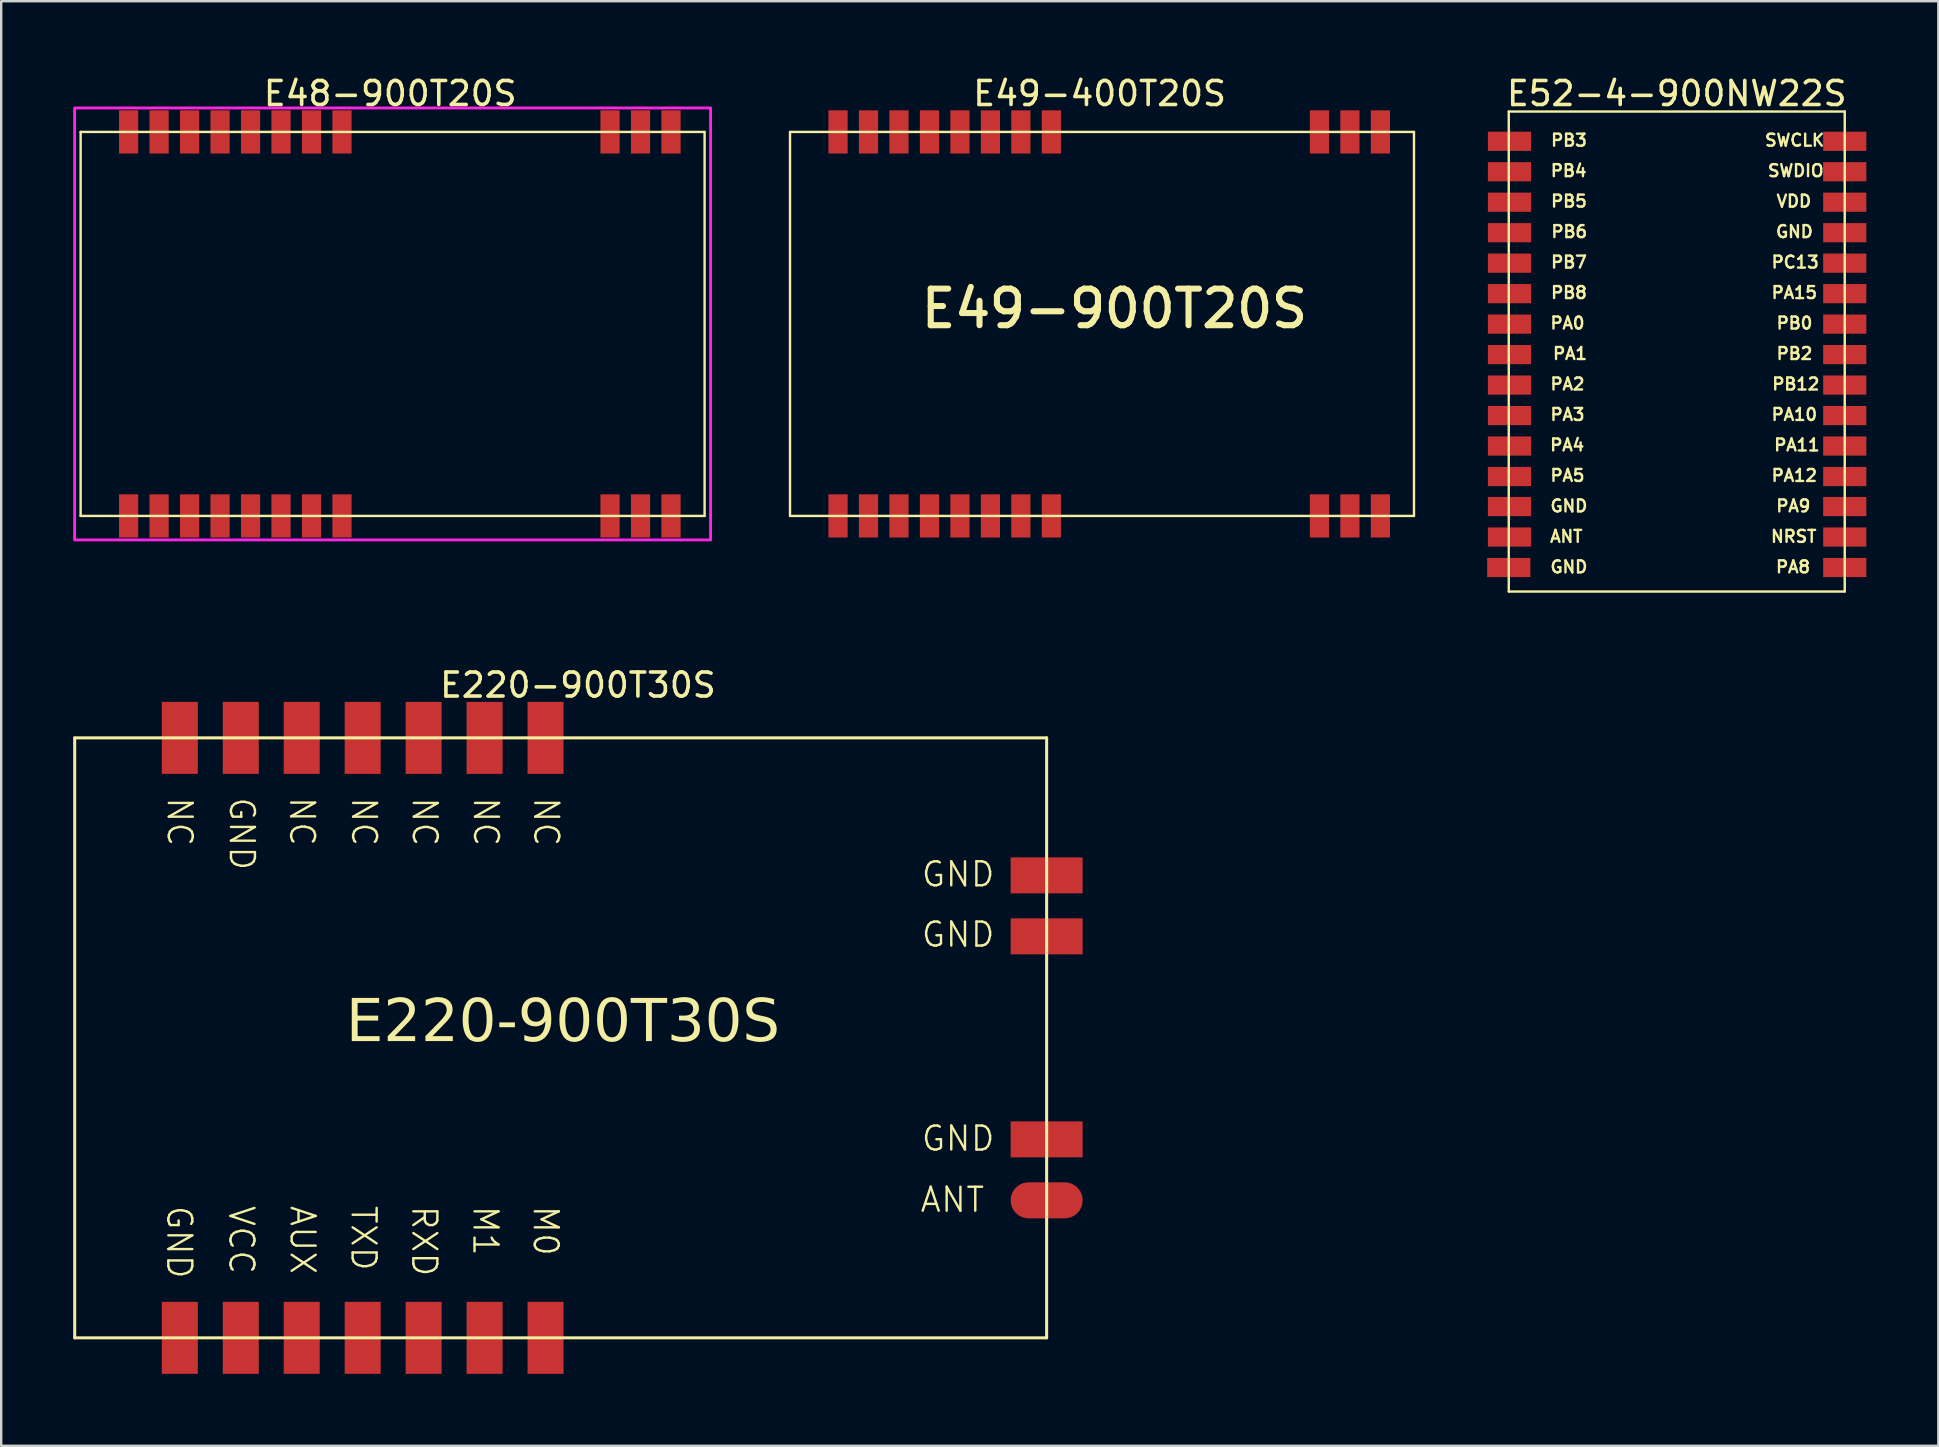
<source format=kicad_pcb>
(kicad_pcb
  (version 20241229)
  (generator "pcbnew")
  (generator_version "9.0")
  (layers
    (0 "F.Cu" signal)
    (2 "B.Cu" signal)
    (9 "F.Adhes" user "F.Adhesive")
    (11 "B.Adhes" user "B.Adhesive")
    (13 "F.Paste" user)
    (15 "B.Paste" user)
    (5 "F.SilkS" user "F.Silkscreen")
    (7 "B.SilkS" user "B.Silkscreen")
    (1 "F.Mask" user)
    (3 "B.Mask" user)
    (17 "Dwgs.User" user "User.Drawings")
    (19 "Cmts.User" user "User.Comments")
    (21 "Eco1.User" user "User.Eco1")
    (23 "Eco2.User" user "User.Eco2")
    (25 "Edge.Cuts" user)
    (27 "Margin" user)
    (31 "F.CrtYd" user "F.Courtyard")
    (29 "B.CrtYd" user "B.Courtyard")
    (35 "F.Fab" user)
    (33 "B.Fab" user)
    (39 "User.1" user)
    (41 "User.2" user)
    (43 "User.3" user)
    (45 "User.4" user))
  (footprint "E49-400T20S"
    (layer "F.Cu")
    (at 29.87 18.448)
    (property "Reference" "E49-400T20S" (at 12.9 -17.6 0) (layer "F.SilkS") (effects (font (size 1 1) (thickness 0.15))))
    (fp_line (start 0 -16) (end 26 -16) (stroke (width 0.1) (type solid)) (layer "F.SilkS"))
    (fp_line (start 0 0) (end 0 -16) (stroke (width 0.1) (type solid)) (layer "F.SilkS"))
    (fp_line (start 0 0) (end 26 0) (stroke (width 0.1) (type solid)) (layer "F.SilkS"))
    (fp_line (start 26 0) (end 26 -16) (stroke (width 0.1) (type solid)) (layer "F.SilkS"))
    (fp_text user "E49-900T20S" (at 5.334 -7.747 0) (unlocked yes) (layer "F.SilkS") (effects (font (size 1.524 1.524) (thickness 0.254)) (justify left bottom)))
    (pad "1" smd rect (at 24.6 -16 180) (size 0.8 1.8) (layers "F.Cu" "F.Mask" "F.Paste"))
    (pad "2" smd rect (at 23.33 -16 180) (size 0.8 1.8) (layers "F.Cu" "F.Mask" "F.Paste"))
    (pad "3" smd rect (at 22.06 -16 180) (size 0.8 1.8) (layers "F.Cu" "F.Mask" "F.Paste"))
    (pad "4" smd rect (at 10.89 -16 180) (size 0.8 1.8) (layers "F.Cu" "F.Mask" "F.Paste"))
    (pad "5" smd rect (at 9.62 -16 180) (size 0.8 1.8) (layers "F.Cu" "F.Mask" "F.Paste"))
    (pad "6" smd rect (at 8.35 -16 180) (size 0.8 1.8) (layers "F.Cu" "F.Mask" "F.Paste"))
    (pad "7" smd rect (at 7.08 -16 180) (size 0.8 1.8) (layers "F.Cu" "F.Mask" "F.Paste"))
    (pad "8" smd rect (at 5.81 -16 180) (size 0.8 1.8) (layers "F.Cu" "F.Mask" "F.Paste"))
    (pad "9" smd rect (at 4.54 -16 180) (size 0.8 1.8) (layers "F.Cu" "F.Mask" "F.Paste"))
    (pad "10" smd rect (at 3.27 -16 180) (size 0.8 1.8) (layers "F.Cu" "F.Mask" "F.Paste"))
    (pad "11" smd rect (at 2 -16 180) (size 0.8 1.8) (layers "F.Cu" "F.Mask" "F.Paste"))
    (pad "12" smd rect (at 2 0) (size 0.8 1.8) (layers "F.Cu" "F.Mask" "F.Paste"))
    (pad "13" smd rect (at 3.27 0) (size 0.8 1.8) (layers "F.Cu" "F.Mask" "F.Paste"))
    (pad "14" smd rect (at 4.54 0) (size 0.8 1.8) (layers "F.Cu" "F.Mask" "F.Paste"))
    (pad "15" smd rect (at 5.81 0) (size 0.8 1.8) (layers "F.Cu" "F.Mask" "F.Paste"))
    (pad "16" smd rect (at 7.08 0) (size 0.8 1.8) (layers "F.Cu" "F.Mask" "F.Paste"))
    (pad "17" smd rect (at 8.35 0) (size 0.8 1.8) (layers "F.Cu" "F.Mask" "F.Paste"))
    (pad "18" smd rect (at 9.62 0) (size 0.8 1.8) (layers "F.Cu" "F.Mask" "F.Paste"))
    (pad "19" smd rect (at 10.89 0) (size 0.8 1.8) (layers "F.Cu" "F.Mask" "F.Paste"))
    (pad "20" smd rect (at 22.06 0 180) (size 0.8 1.8) (layers "F.Cu" "F.Mask" "F.Paste"))
    (pad "21" smd rect (at 23.33 0 180) (size 0.8 1.8) (layers "F.Cu" "F.Mask" "F.Paste"))
    (pad "22" smd rect (at 24.6 0 180) (size 0.8 1.8) (layers "F.Cu" "F.Mask" "F.Paste")))
  (footprint "E52-4-900NW22S"
    (layer "F.Cu")
    (at 59.85 2.836)
    (property "Reference" "E52-4-900NW22S" (at 6.97 -1.988 0) (layer "F.SilkS") (effects (font (size 1 1) (thickness 0.15))))
    (fp_line (start -0.03 -1.238) (end -0.03 18.762) (stroke (width 0.1) (type solid)) (layer "F.SilkS"))
    (fp_line (start -0.03 -1.238) (end 13.97 -1.238) (stroke (width 0.1) (type solid)) (layer "F.SilkS"))
    (fp_line (start -0.03 18.762) (end 13.97 18.762) (stroke (width 0.1) (type solid)) (layer "F.SilkS"))
    (fp_line (start 13.97 18.762) (end 13.97 -1.238) (stroke (width 0.1) (type solid)) (layer "F.SilkS"))
    (fp_text user "PA10" (at 10.863 11.68 0) (unlocked yes) (layer "F.SilkS") (effects (font (size 0.5 0.5) (thickness 0.1)) (justify left bottom)))
    (fp_text user "PB4" (at 1.662 1.52 0) (unlocked yes) (layer "F.SilkS") (effects (font (size 0.5 0.5) (thickness 0.1)) (justify left bottom)))
    (fp_text user "PA3" (at 1.648 11.68 0) (unlocked yes) (layer "F.SilkS") (effects (font (size 0.5 0.5) (thickness 0.1)) (justify left bottom)))
    (fp_text user "PB3" (at 1.674 0.25 0) (unlocked yes) (layer "F.SilkS") (effects (font (size 0.5 0.5) (thickness 0.1)) (justify left bottom)))
    (fp_text user "SWDIO" (at 10.708 1.52 0) (unlocked yes) (layer "F.SilkS") (effects (font (size 0.5 0.5) (thickness 0.1)) (justify left bottom)))
    (fp_text user "VDD" (at 11.072 2.79 0) (unlocked yes) (layer "F.SilkS") (effects (font (size 0.5 0.5) (thickness 0.1)) (justify left bottom)))
    (fp_text user "GND" (at 1.648 18.03 0) (unlocked yes) (layer "F.SilkS") (effects (font (size 0.5 0.5) (thickness 0.1)) (justify left bottom)))
    (fp_text user "PA9" (at 11.058 15.49 0) (unlocked yes) (layer "F.SilkS") (effects (font (size 0.5 0.5) (thickness 0.1)) (justify left bottom)))
    (fp_text user "PA4" (at 1.636 12.95 0) (unlocked yes) (layer "F.SilkS") (effects (font (size 0.5 0.5) (thickness 0.1)) (justify left bottom)))
    (fp_text user "PB12" (at 10.889 10.41 0) (unlocked yes) (layer "F.SilkS") (effects (font (size 0.5 0.5) (thickness 0.1)) (justify left bottom)))
    (fp_text user "GND" (at 11.046 4.06 0) (unlocked yes) (layer "F.SilkS") (effects (font (size 0.5 0.5) (thickness 0.1)) (justify left bottom)))
    (fp_text user "PA1" (at 1.755 9.14 0) (unlocked yes) (layer "F.SilkS") (effects (font (size 0.5 0.5) (thickness 0.1)) (justify left bottom)))
    (fp_text user "PC13" (at 10.863 5.33 0) (unlocked yes) (layer "F.SilkS") (effects (font (size 0.5 0.5) (thickness 0.1)) (justify left bottom)))
    (fp_text user "PA5" (at 1.648 14.22 0) (unlocked yes) (layer "F.SilkS") (effects (font (size 0.5 0.5) (thickness 0.1)) (justify left bottom)))
    (fp_text user "NRST" (at 10.837 16.76 0) (unlocked yes) (layer "F.SilkS") (effects (font (size 0.5 0.5) (thickness 0.1)) (justify left bottom)))
    (fp_text user "SWCLK" (at 10.588 0.25 0) (unlocked yes) (layer "F.SilkS") (effects (font (size 0.5 0.5) (thickness 0.1)) (justify left bottom)))
    (fp_text user "PB6" (at 1.686 4.06 0) (unlocked yes) (layer "F.SilkS") (effects (font (size 0.5 0.5) (thickness 0.1)) (justify left bottom)))
    (fp_text user "PB8" (at 1.674 6.6 0) (unlocked yes) (layer "F.SilkS") (effects (font (size 0.5 0.5) (thickness 0.1)) (justify left bottom)))
    (fp_text user "PA2" (at 1.648 10.41 0) (unlocked yes) (layer "F.SilkS") (effects (font (size 0.5 0.5) (thickness 0.1)) (justify left bottom)))
    (fp_text user "PA12" (at 10.863 14.22 0) (unlocked yes) (layer "F.SilkS") (effects (font (size 0.5 0.5) (thickness 0.1)) (justify left bottom)))
    (fp_text user "PB7" (at 1.674 5.33 0) (unlocked yes) (layer "F.SilkS") (effects (font (size 0.5 0.5) (thickness 0.1)) (justify left bottom)))
    (fp_text user "PA15" (at 10.863 6.6 0) (unlocked yes) (layer "F.SilkS") (effects (font (size 0.5 0.5) (thickness 0.1)) (justify left bottom)))
    (fp_text user "PA11" (at 10.97 12.95 0) (unlocked yes) (layer "F.SilkS") (effects (font (size 0.5 0.5) (thickness 0.1)) (justify left bottom)))
    (fp_text user "ANT" (at 1.635 16.76 0) (unlocked yes) (layer "F.SilkS") (effects (font (size 0.5 0.5) (thickness 0.1)) (justify left bottom)))
    (fp_text user "PA0" (at 1.648 7.87 0) (unlocked yes) (layer "F.SilkS") (effects (font (size 0.5 0.5) (thickness 0.1)) (justify left bottom)))
    (fp_text user "PB2" (at 11.072 9.14 0) (unlocked yes) (layer "F.SilkS") (effects (font (size 0.5 0.5) (thickness 0.1)) (justify left bottom)))
    (fp_text user "GND" (at 1.648 15.49 0) (unlocked yes) (layer "F.SilkS") (effects (font (size 0.5 0.5) (thickness 0.1)) (justify left bottom)))
    (fp_text user "PA8" (at 11.046 18.03 0) (unlocked yes) (layer "F.SilkS") (effects (font (size 0.5 0.5) (thickness 0.1)) (justify left bottom)))
    (fp_text user "PB0" (at 11.072 7.87 0) (unlocked yes) (layer "F.SilkS") (effects (font (size 0.5 0.5) (thickness 0.1)) (justify left bottom)))
    (fp_text user "PB5" (at 1.674 2.79 0) (unlocked yes) (layer "F.SilkS") (effects (font (size 0.5 0.5) (thickness 0.1)) (justify left bottom)))
    (pad "1" smd rect (at 0 0 270) (size 0.8 1.8) (layers "F.Cu" "F.Mask" "F.Paste"))
    (pad "2" smd rect (at 0 1.27 270) (size 0.8 1.8) (layers "F.Cu" "F.Mask" "F.Paste"))
    (pad "3" smd rect (at 0 2.54 270) (size 0.8 1.8) (layers "F.Cu" "F.Mask" "F.Paste"))
    (pad "4" smd rect (at 0 3.81 270) (size 0.8 1.8) (layers "F.Cu" "F.Mask" "F.Paste"))
    (pad "5" smd rect (at 0 5.08 270) (size 0.8 1.8) (layers "F.Cu" "F.Mask" "F.Paste"))
    (pad "6" smd rect (at 0 6.35 270) (size 0.8 1.8) (layers "F.Cu" "F.Mask" "F.Paste"))
    (pad "7" smd rect (at 0 7.62 270) (size 0.8 1.8) (layers "F.Cu" "F.Mask" "F.Paste"))
    (pad "8" smd rect (at 0 8.89 270) (size 0.8 1.8) (layers "F.Cu" "F.Mask" "F.Paste"))
    (pad "9" smd rect (at 0 10.16 270) (size 0.8 1.8) (layers "F.Cu" "F.Mask" "F.Paste"))
    (pad "10" smd rect (at 0 11.43 270) (size 0.8 1.8) (layers "F.Cu" "F.Mask" "F.Paste"))
    (pad "11" smd rect (at 0 12.7 270) (size 0.8 1.8) (layers "F.Cu" "F.Mask" "F.Paste"))
    (pad "12" smd rect (at 0 13.97 270) (size 0.8 1.8) (layers "F.Cu" "F.Mask" "F.Paste"))
    (pad "13" smd rect (at 0 15.222 90) (size 0.8 1.8) (layers "F.Cu" "F.Mask" "F.Paste"))
    (pad "14" smd rect (at 0 16.492 90) (size 0.8 1.8) (layers "F.Cu" "F.Mask" "F.Paste"))
    (pad "15" smd rect (at -0.03 17.762 90) (size 0.8 1.8) (layers "F.Cu" "F.Mask" "F.Paste"))
    (pad "16" smd rect (at 13.97 17.762 90) (size 0.8 1.8) (layers "F.Cu" "F.Mask" "F.Paste"))
    (pad "17" smd rect (at 13.97 16.492 90) (size 0.8 1.8) (layers "F.Cu" "F.Mask" "F.Paste"))
    (pad "18" smd rect (at 13.97 15.222 90) (size 0.8 1.8) (layers "F.Cu" "F.Mask" "F.Paste"))
    (pad "19" smd rect (at 13.97 13.97 270) (size 0.8 1.8) (layers "F.Cu" "F.Mask" "F.Paste"))
    (pad "20" smd rect (at 13.97 12.7 270) (size 0.8 1.8) (layers "F.Cu" "F.Mask" "F.Paste"))
    (pad "21" smd rect (at 13.97 11.43 270) (size 0.8 1.8) (layers "F.Cu" "F.Mask" "F.Paste"))
    (pad "22" smd rect (at 13.97 10.16 270) (size 0.8 1.8) (layers "F.Cu" "F.Mask" "F.Paste"))
    (pad "23" smd rect (at 13.97 8.89 270) (size 0.8 1.8) (layers "F.Cu" "F.Mask" "F.Paste"))
    (pad "24" smd rect (at 13.97 7.62 270) (size 0.8 1.8) (layers "F.Cu" "F.Mask" "F.Paste"))
    (pad "25" smd rect (at 13.97 6.35 270) (size 0.8 1.8) (layers "F.Cu" "F.Mask" "F.Paste"))
    (pad "26" smd rect (at 13.97 5.08 270) (size 0.8 1.8) (layers "F.Cu" "F.Mask" "F.Paste"))
    (pad "27" smd rect (at 13.97 3.81 270) (size 0.8 1.8) (layers "F.Cu" "F.Mask" "F.Paste"))
    (pad "28" smd rect (at 13.97 2.54 270) (size 0.8 1.8) (layers "F.Cu" "F.Mask" "F.Paste"))
    (pad "29" smd rect (at 13.97 1.27 270) (size 0.8 1.8) (layers "F.Cu" "F.Mask" "F.Paste"))
    (pad "30" smd rect (at 13.97 0 270) (size 0.8 1.8) (layers "F.Cu" "F.Mask" "F.Paste")))
  (footprint "E220-900T30S"
    (layer "F.Cu")
    (at 19.683 52.697)
    (property "Reference" "E220-900T30S" (at 1.348 -27.2 0) (layer "F.SilkS") (effects (font (size 1 1) (thickness 0.15))))
    (fp_line (start -19.62 -25) (end 20.88 -25) (stroke (width 0.127) (type solid)) (layer "F.SilkS"))
    (fp_line (start -19.62 0) (end -19.62 -25) (stroke (width 0.127) (type solid)) (layer "F.SilkS"))
    (fp_line (start -19.62 0) (end 20.88 0) (stroke (width 0.127) (type solid)) (layer "F.SilkS"))
    (fp_line (start 20.88 0) (end 20.88 -25) (stroke (width 0.127) (type solid)) (layer "F.SilkS"))
    (fp_text user "M0" (at -0.577 -5.575 270) (unlocked yes) (layer "F.SilkS") (effects (font (size 1 1) (thickness 0.1)) (justify left bottom)))
    (fp_text user "GND" (at 15.602 -7.72 0) (unlocked yes) (layer "F.SilkS") (effects (font (size 1 1) (thickness 0.1)) (justify left bottom)))
    (fp_text user "M1" (at -3.087 -5.575 270) (unlocked yes) (layer "F.SilkS") (effects (font (size 1 1) (thickness 0.1)) (justify left bottom)))
    (fp_text user "TXD" (at -8.167 -5.575 270) (unlocked yes) (layer "F.SilkS") (effects (font (size 1 1) (thickness 0.1)) (justify left bottom)))
    (fp_text user "NC" (at -5.617 -22.592 270) (unlocked yes) (layer "F.SilkS") (effects (font (size 1 1) (thickness 0.1)) (justify left bottom)))
    (fp_text user "NC" (at -0.557 -22.592 270) (unlocked yes) (layer "F.SilkS") (effects (font (size 1 1) (thickness 0.1)) (justify left bottom)))
    (fp_text user "E220-900T30S" (at -8.317 -12.065 0) (unlocked yes) (layer "F.SilkS") (effects (font (face "Arial") (size 1.764 1.764) (thickness 0.1)) (justify left bottom)))
    (fp_text user "ANT" (at 15.554 -5.17 0) (unlocked yes) (layer "F.SilkS") (effects (font (size 1 1) (thickness 0.1)) (justify left bottom)))
    (fp_text user "GND" (at 15.602 -16.22 0) (unlocked yes) (layer "F.SilkS") (effects (font (size 1 1) (thickness 0.1)) (justify left bottom)))
    (fp_text user "NC" (at -15.827 -22.592 270) (unlocked yes) (layer "F.SilkS") (effects (font (size 1 1) (thickness 0.1)) (justify left bottom)))
    (fp_text user "GND" (at -13.237 -22.592 270) (unlocked yes) (layer "F.SilkS") (effects (font (size 1 1) (thickness 0.1)) (justify left bottom)))
    (fp_text user "RXD" (at -5.637 -5.575 270) (unlocked yes) (layer "F.SilkS") (effects (font (size 1 1) (thickness 0.1)) (justify left bottom)))
    (fp_text user "GND" (at -15.847 -5.575 270) (unlocked yes) (layer "F.SilkS") (effects (font (size 1 1) (thickness 0.1)) (justify left bottom)))
    (fp_text user "VCC" (at -13.257 -5.575 270) (unlocked yes) (layer "F.SilkS") (effects (font (size 1 1) (thickness 0.1)) (justify left bottom)))
    (fp_text user "NC" (at -8.147 -22.592 270) (unlocked yes) (layer "F.SilkS") (effects (font (size 1 1) (thickness 0.1)) (justify left bottom)))
    (fp_text user "AUX" (at -10.707 -5.575 270) (unlocked yes) (layer "F.SilkS") (effects (font (size 1 1) (thickness 0.1)) (justify left bottom)))
    (fp_text user "NC" (at -10.73 -22.606 270) (unlocked yes) (layer "F.SilkS") (effects (font (size 1 1) (thickness 0.1)) (justify left bottom)))
    (fp_text user "NC" (at -3.067 -22.592 270) (unlocked yes) (layer "F.SilkS") (effects (font (size 1 1) (thickness 0.1)) (justify left bottom)))
    (fp_text user "GND" (at 15.602 -18.73 0) (unlocked yes) (layer "F.SilkS") (effects (font (size 1 1) (thickness 0.1)) (justify left bottom)))
    (pad "1" smd rect (at -15.24 0 180) (size 1.5 3) (layers "F.Cu" "F.Mask" "F.Paste"))
    (pad "2" smd rect (at -12.7 0 180) (size 1.5 3) (layers "F.Cu" "F.Mask" "F.Paste"))
    (pad "3" smd rect (at -10.16 0 180) (size 1.5 3) (layers "F.Cu" "F.Mask" "F.Paste"))
    (pad "4" smd rect (at -7.62 0 180) (size 1.5 3) (layers "F.Cu" "F.Mask" "F.Paste"))
    (pad "5" smd rect (at -5.08 0 180) (size 1.5 3) (layers "F.Cu" "F.Mask" "F.Paste"))
    (pad "6" smd rect (at -2.54 0 180) (size 1.5 3) (layers "F.Cu" "F.Mask" "F.Paste"))
    (pad "7" smd rect (at 0 0 180) (size 1.5 3) (layers "F.Cu" "F.Mask" "F.Paste"))
    (pad "11" smd oval (at 20.88 -5.73 90) (size 1.5 3) (layers "F.Cu" "F.Mask" "F.Paste"))
    (pad "12" smd rect (at 20.88 -8.27 90) (size 1.5 3) (layers "F.Cu" "F.Mask" "F.Paste"))
    (pad "13" smd rect (at 20.88 -16.73 90) (size 1.5 3) (layers "F.Cu" "F.Mask" "F.Paste"))
    (pad "14" smd rect (at 20.88 -19.27 90) (size 1.5 3) (layers "F.Cu" "F.Mask" "F.Paste"))
    (pad "18" smd rect (at 0 -25 180) (size 1.5 3) (layers "F.Cu" "F.Mask" "F.Paste"))
    (pad "19" smd rect (at -2.54 -25 180) (size 1.5 3) (layers "F.Cu" "F.Mask" "F.Paste"))
    (pad "20" smd rect (at -5.08 -25 180) (size 1.5 3) (layers "F.Cu" "F.Mask" "F.Paste"))
    (pad "21" smd rect (at -7.62 -25 180) (size 1.5 3) (layers "F.Cu" "F.Mask" "F.Paste"))
    (pad "22" smd rect (at -10.16 -25 180) (size 1.5 3) (layers "F.Cu" "F.Mask" "F.Paste"))
    (pad "23" smd rect (at -12.7 -25 180) (size 1.5 3) (layers "F.Cu" "F.Mask" "F.Paste"))
    (pad "24" smd rect (at -15.24 -25 180) (size 1.5 3) (layers "F.Cu" "F.Mask" "F.Paste")))
  (footprint "E48-900T20S"
    (layer "F.Cu")
    (at 0.31 18.448)
    (property "Reference" "E48-900T20S" (at 12.9 -17.6 0) (layer "F.SilkS") (effects (font (size 1 1) (thickness 0.15))))
    (fp_line (start 0 -16) (end 26 -16) (stroke (width 0.1) (type solid)) (layer "F.SilkS"))
    (fp_line (start 0 0) (end 0 -16) (stroke (width 0.1) (type solid)) (layer "F.SilkS"))
    (fp_line (start 0 0) (end 26 0) (stroke (width 0.1) (type solid)) (layer "F.SilkS"))
    (fp_line (start 26 0) (end 26 -16) (stroke (width 0.1) (type solid)) (layer "F.SilkS"))
    (fp_rect (start -0.25 -17) (end 26.25 1) (stroke (width 0.12) (type default)) (fill no) (layer "F.CrtYd"))
    (pad "1" smd rect (at 24.6 -16 180) (size 0.8 1.8) (layers "F.Cu" "F.Mask" "F.Paste"))
    (pad "2" smd rect (at 23.33 -16 180) (size 0.8 1.8) (layers "F.Cu" "F.Mask" "F.Paste"))
    (pad "3" smd rect (at 22.06 -16 180) (size 0.8 1.8) (layers "F.Cu" "F.Mask" "F.Paste"))
    (pad "4" smd rect (at 10.89 -16 180) (size 0.8 1.8) (layers "F.Cu" "F.Mask" "F.Paste"))
    (pad "5" smd rect (at 9.62 -16 180) (size 0.8 1.8) (layers "F.Cu" "F.Mask" "F.Paste"))
    (pad "6" smd rect (at 8.35 -16 180) (size 0.8 1.8) (layers "F.Cu" "F.Mask" "F.Paste"))
    (pad "7" smd rect (at 7.08 -16 180) (size 0.8 1.8) (layers "F.Cu" "F.Mask" "F.Paste"))
    (pad "8" smd rect (at 5.81 -16 180) (size 0.8 1.8) (layers "F.Cu" "F.Mask" "F.Paste"))
    (pad "9" smd rect (at 4.54 -16 180) (size 0.8 1.8) (layers "F.Cu" "F.Mask" "F.Paste"))
    (pad "10" smd rect (at 3.27 -16 180) (size 0.8 1.8) (layers "F.Cu" "F.Mask" "F.Paste"))
    (pad "11" smd rect (at 2 -16 180) (size 0.8 1.8) (layers "F.Cu" "F.Mask" "F.Paste"))
    (pad "12" smd rect (at 2 0) (size 0.8 1.8) (layers "F.Cu" "F.Mask" "F.Paste"))
    (pad "13" smd rect (at 3.27 0) (size 0.8 1.8) (layers "F.Cu" "F.Mask" "F.Paste"))
    (pad "14" smd rect (at 4.54 0) (size 0.8 1.8) (layers "F.Cu" "F.Mask" "F.Paste"))
    (pad "15" smd rect (at 5.81 0) (size 0.8 1.8) (layers "F.Cu" "F.Mask" "F.Paste"))
    (pad "16" smd rect (at 7.08 0) (size 0.8 1.8) (layers "F.Cu" "F.Mask" "F.Paste"))
    (pad "17" smd rect (at 8.35 0) (size 0.8 1.8) (layers "F.Cu" "F.Mask" "F.Paste"))
    (pad "18" smd rect (at 9.62 0) (size 0.8 1.8) (layers "F.Cu" "F.Mask" "F.Paste"))
    (pad "19" smd rect (at 10.89 0) (size 0.8 1.8) (layers "F.Cu" "F.Mask" "F.Paste"))
    (pad "20" smd rect (at 22.06 0 180) (size 0.8 1.8) (layers "F.Cu" "F.Mask" "F.Paste"))
    (pad "21" smd rect (at 23.33 0 180) (size 0.8 1.8) (layers "F.Cu" "F.Mask" "F.Paste"))
    (pad "22" smd rect (at 24.6 0 180) (size 0.8 1.8) (layers "F.Cu" "F.Mask" "F.Paste")))
  (gr_rect
    (start -3 -3)
    (end 77.72 57.197)
    (stroke (width 0.1) (type default))
    (fill no)
    (layer "Edge.Cuts")))
</source>
